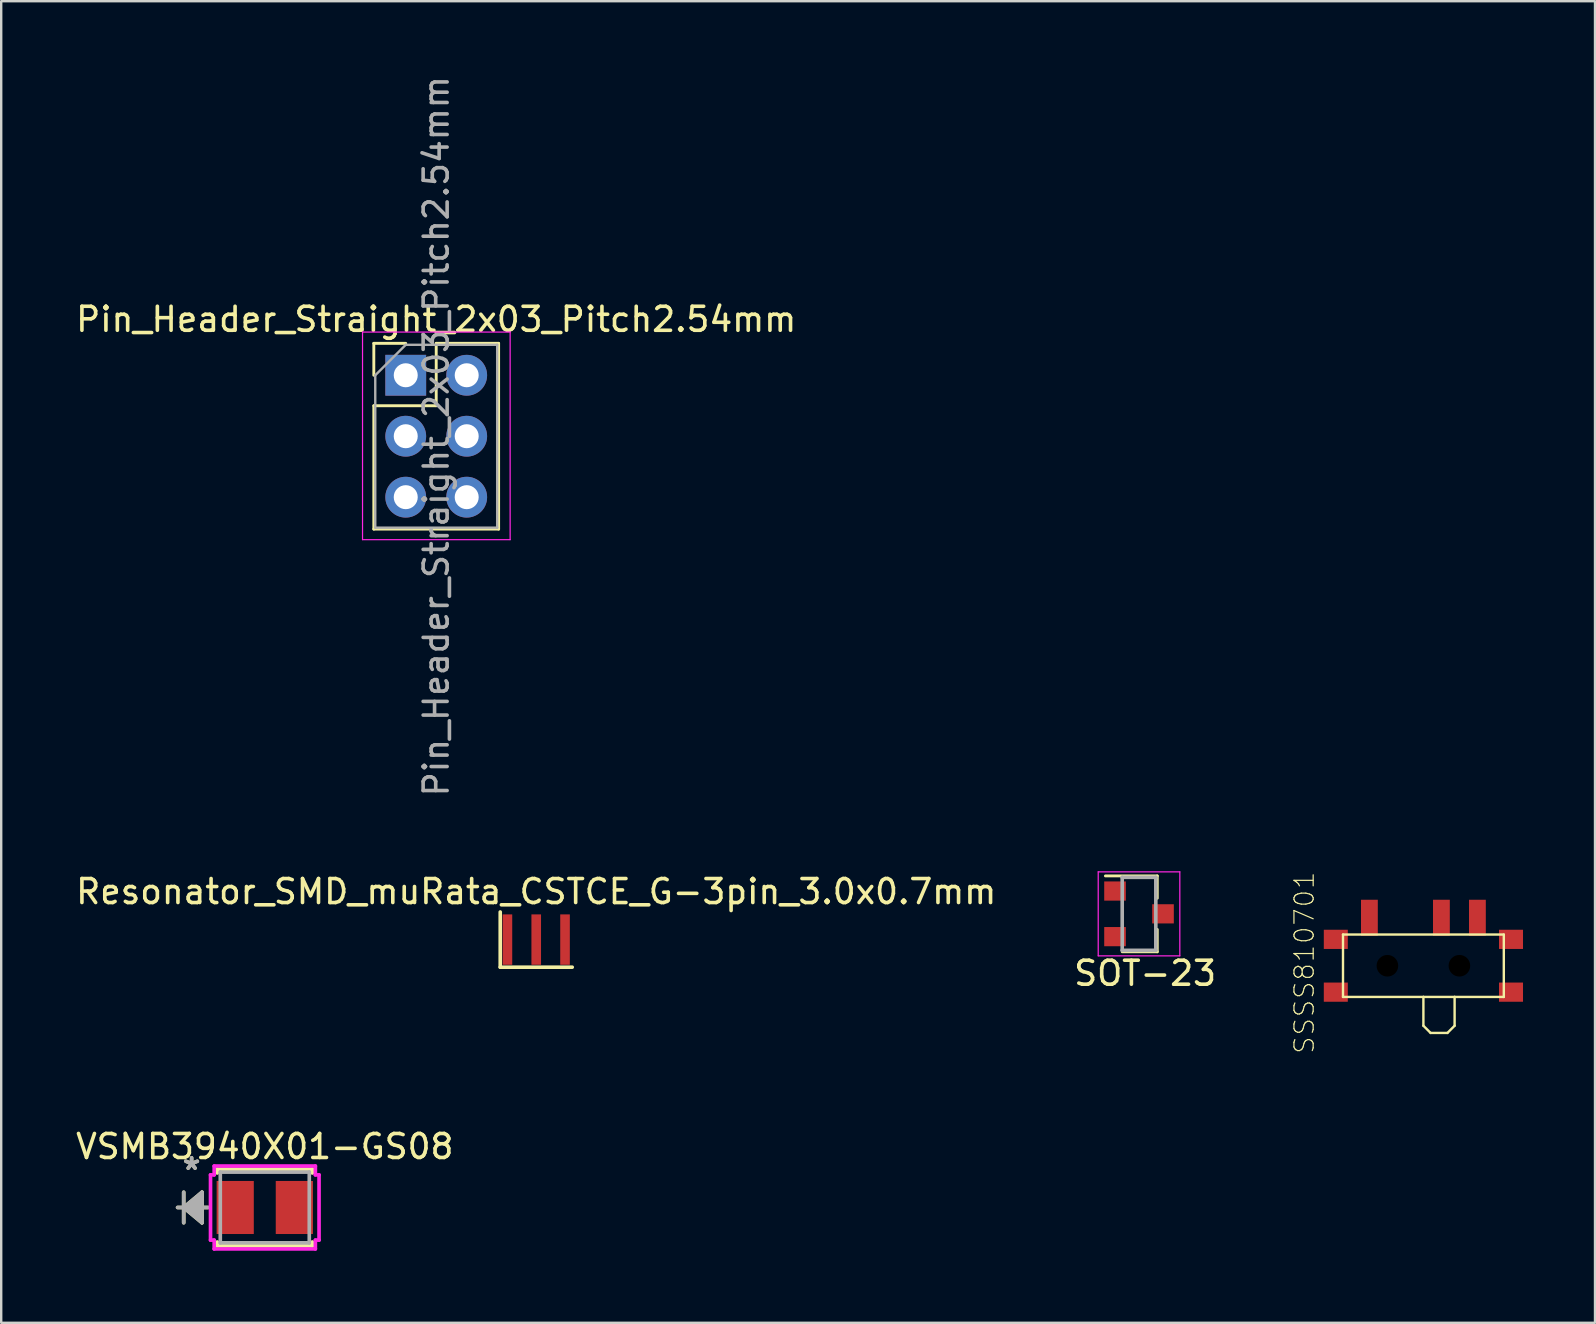
<source format=kicad_pcb>
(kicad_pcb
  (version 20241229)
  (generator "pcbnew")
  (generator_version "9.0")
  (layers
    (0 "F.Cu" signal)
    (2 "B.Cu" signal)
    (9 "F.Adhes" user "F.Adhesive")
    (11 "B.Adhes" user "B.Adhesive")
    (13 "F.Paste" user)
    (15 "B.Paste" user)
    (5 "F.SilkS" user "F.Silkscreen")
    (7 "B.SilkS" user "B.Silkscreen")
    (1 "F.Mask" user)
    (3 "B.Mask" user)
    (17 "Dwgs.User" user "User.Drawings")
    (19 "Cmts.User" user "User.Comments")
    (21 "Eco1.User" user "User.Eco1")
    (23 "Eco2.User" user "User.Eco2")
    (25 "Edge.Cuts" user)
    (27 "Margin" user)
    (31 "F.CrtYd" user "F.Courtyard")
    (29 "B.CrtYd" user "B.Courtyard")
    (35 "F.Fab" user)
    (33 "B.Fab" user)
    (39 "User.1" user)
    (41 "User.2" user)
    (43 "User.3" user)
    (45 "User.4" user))
  (footprint "SSSS810701"
    (layer "F.Cu")
    (at 56.256 37.188)
    (property "Reference" "SSSS810701" (at -4.961 -0.127 90) (layer "F.SilkS") (effects (font (size 0.801 0.801) (thickness 0.05))))
    (attr smd)
    (fp_line (start -3.35 -1.3) (end -3.35 1.3) (stroke (width 0.1) (type solid)) (layer "F.SilkS"))
    (fp_line (start 0 1.3) (end -3.35 1.3) (stroke (width 0.1) (type solid)) (layer "F.SilkS"))
    (fp_line (start 0 1.3) (end 0 2.5) (stroke (width 0.1) (type solid)) (layer "F.SilkS"))
    (fp_line (start 0 1.3) (end 1.3 1.3) (stroke (width 0.1) (type solid)) (layer "F.SilkS"))
    (fp_line (start 0 2.5) (end 0.3 2.8) (stroke (width 0.1) (type solid)) (layer "F.SilkS"))
    (fp_line (start 0.3 2.8) (end 1 2.8) (stroke (width 0.1) (type solid)) (layer "F.SilkS"))
    (fp_line (start 1 2.8) (end 1.3 2.5) (stroke (width 0.1) (type solid)) (layer "F.SilkS"))
    (fp_line (start 1.3 1.3) (end 3.35 1.3) (stroke (width 0.1) (type solid)) (layer "F.SilkS"))
    (fp_line (start 1.3 2.5) (end 1.3 1.3) (stroke (width 0.1) (type solid)) (layer "F.SilkS"))
    (fp_line (start 3.35 -1.3) (end -3.35 -1.3) (stroke (width 0.1) (type solid)) (layer "F.SilkS"))
    (fp_line (start 3.35 1.3) (end 3.35 -1.3) (stroke (width 0.1) (type solid)) (layer "F.SilkS"))
    (pad "" smd rect (at -3.65 -1.1) (size 1 0.8) (layers "F.Cu" "F.Mask" "F.Paste"))
    (pad "" smd rect (at -3.65 1.1) (size 1 0.8) (layers "F.Cu" "F.Mask" "F.Paste"))
    (pad "" np_thru_hole circle (at -1.5 0) (size 0.9 0.9) (drill 0.9) (layers))
    (pad "" np_thru_hole circle (at 1.5 0) (size 0.9 0.9) (drill 0.9) (layers))
    (pad "" smd rect (at 3.65 -1.1) (size 1 0.8) (layers "F.Cu" "F.Mask" "F.Paste"))
    (pad "" smd rect (at 3.65 1.1) (size 1 0.8) (layers "F.Cu" "F.Mask" "F.Paste"))
    (pad "1" smd rect (at -2.25 -2) (size 0.7 1.5) (layers "F.Cu" "F.Mask" "F.Paste"))
    (pad "2" smd rect (at 0.75 -2) (size 0.7 1.5) (layers "F.Cu" "F.Mask" "F.Paste"))
    (pad "3" smd rect (at 2.25 -2) (size 0.7 1.5) (layers "F.Cu" "F.Mask" "F.Paste")))
  (footprint "VSMB3940X01-GS08"
    (layer "F.Cu")
    (at 7.982 47.26)
    (property "Reference" "VSMB3940X01-GS08" (at 0 -2.54 0) (layer "F.SilkS") (effects (font (size 1 1) (thickness 0.15))))
    (attr through_hole)
    (fp_line (start -3.378 -0.635) (end -3.378 0.635) (stroke (width 0.152) (type solid)) (layer "F.SilkS"))
    (fp_line (start -3.378 0) (end -2.616 -0.635) (stroke (width 0.152) (type solid)) (layer "F.SilkS"))
    (fp_line (start -3.378 0) (end -2.616 -0.508) (stroke (width 0.152) (type solid)) (layer "F.SilkS"))
    (fp_line (start -3.378 0) (end -2.616 -0.381) (stroke (width 0.152) (type solid)) (layer "F.SilkS"))
    (fp_line (start -3.378 0) (end -2.616 -0.254) (stroke (width 0.152) (type solid)) (layer "F.SilkS"))
    (fp_line (start -3.378 0) (end -2.616 -0.127) (stroke (width 0.152) (type solid)) (layer "F.SilkS"))
    (fp_line (start -3.378 0) (end -2.616 0.127) (stroke (width 0.152) (type solid)) (layer "F.SilkS"))
    (fp_line (start -3.378 0) (end -2.616 0.254) (stroke (width 0.152) (type solid)) (layer "F.SilkS"))
    (fp_line (start -3.378 0) (end -2.616 0.381) (stroke (width 0.152) (type solid)) (layer "F.SilkS"))
    (fp_line (start -3.378 0) (end -2.616 0.508) (stroke (width 0.152) (type solid)) (layer "F.SilkS"))
    (fp_line (start -3.378 0) (end -2.616 0.635) (stroke (width 0.152) (type solid)) (layer "F.SilkS"))
    (fp_line (start -2.616 -0.635) (end -2.616 0.635) (stroke (width 0.152) (type solid)) (layer "F.SilkS"))
    (fp_line (start -2.362 0) (end -3.632 0) (stroke (width 0.152) (type solid)) (layer "F.SilkS"))
    (fp_line (start -1.981 -1.6) (end -1.981 -1.438) (stroke (width 0.152) (type solid)) (layer "F.SilkS"))
    (fp_line (start -1.981 1.438) (end -1.981 1.6) (stroke (width 0.152) (type solid)) (layer "F.SilkS"))
    (fp_line (start -1.981 1.6) (end 1.981 1.6) (stroke (width 0.152) (type solid)) (layer "F.SilkS"))
    (fp_line (start 1.981 -1.6) (end -1.981 -1.6) (stroke (width 0.152) (type solid)) (layer "F.SilkS"))
    (fp_line (start 1.981 -1.438) (end 1.981 -1.6) (stroke (width 0.152) (type solid)) (layer "F.SilkS"))
    (fp_line (start 1.981 1.6) (end 1.981 1.438) (stroke (width 0.152) (type solid)) (layer "F.SilkS"))
    (fp_line (start -2.261 -1.359) (end -2.108 -1.359) (stroke (width 0.152) (type solid)) (layer "F.CrtYd"))
    (fp_line (start -2.261 1.359) (end -2.261 -1.359) (stroke (width 0.152) (type solid)) (layer "F.CrtYd"))
    (fp_line (start -2.108 -1.727) (end 2.108 -1.727) (stroke (width 0.152) (type solid)) (layer "F.CrtYd"))
    (fp_line (start -2.108 -1.359) (end -2.108 -1.727) (stroke (width 0.152) (type solid)) (layer "F.CrtYd"))
    (fp_line (start -2.108 1.359) (end -2.261 1.359) (stroke (width 0.152) (type solid)) (layer "F.CrtYd"))
    (fp_line (start -2.108 1.727) (end -2.108 1.359) (stroke (width 0.152) (type solid)) (layer "F.CrtYd"))
    (fp_line (start 2.108 -1.727) (end 2.108 -1.359) (stroke (width 0.152) (type solid)) (layer "F.CrtYd"))
    (fp_line (start 2.108 -1.359) (end 2.261 -1.359) (stroke (width 0.152) (type solid)) (layer "F.CrtYd"))
    (fp_line (start 2.108 1.359) (end 2.108 1.727) (stroke (width 0.152) (type solid)) (layer "F.CrtYd"))
    (fp_line (start 2.108 1.727) (end -2.108 1.727) (stroke (width 0.152) (type solid)) (layer "F.CrtYd"))
    (fp_line (start 2.261 -1.359) (end 2.261 1.359) (stroke (width 0.152) (type solid)) (layer "F.CrtYd"))
    (fp_line (start 2.261 1.359) (end 2.108 1.359) (stroke (width 0.152) (type solid)) (layer "F.CrtYd"))
    (fp_line (start -3.378 -0.635) (end -3.378 0.635) (stroke (width 0.152) (type solid)) (layer "F.Fab"))
    (fp_line (start -3.378 0) (end -2.616 -0.635) (stroke (width 0.152) (type solid)) (layer "F.Fab"))
    (fp_line (start -3.378 0) (end -2.616 -0.508) (stroke (width 0.152) (type solid)) (layer "F.Fab"))
    (fp_line (start -3.378 0) (end -2.616 -0.381) (stroke (width 0.152) (type solid)) (layer "F.Fab"))
    (fp_line (start -3.378 0) (end -2.616 -0.254) (stroke (width 0.152) (type solid)) (layer "F.Fab"))
    (fp_line (start -3.378 0) (end -2.616 -0.127) (stroke (width 0.152) (type solid)) (layer "F.Fab"))
    (fp_line (start -3.378 0) (end -2.616 0.127) (stroke (width 0.152) (type solid)) (layer "F.Fab"))
    (fp_line (start -3.378 0) (end -2.616 0.254) (stroke (width 0.152) (type solid)) (layer "F.Fab"))
    (fp_line (start -3.378 0) (end -2.616 0.381) (stroke (width 0.152) (type solid)) (layer "F.Fab"))
    (fp_line (start -3.378 0) (end -2.616 0.508) (stroke (width 0.152) (type solid)) (layer "F.Fab"))
    (fp_line (start -3.378 0) (end -2.616 0.635) (stroke (width 0.152) (type solid)) (layer "F.Fab"))
    (fp_line (start -2.616 -0.635) (end -2.616 0.635) (stroke (width 0.152) (type solid)) (layer "F.Fab"))
    (fp_line (start -2.362 0) (end -3.632 0) (stroke (width 0.152) (type solid)) (layer "F.Fab"))
    (fp_line (start -1.854 -1.473) (end -1.854 1.473) (stroke (width 0.152) (type solid)) (layer "F.Fab"))
    (fp_line (start -1.854 1.473) (end 1.854 1.473) (stroke (width 0.152) (type solid)) (layer "F.Fab"))
    (fp_line (start 1.854 -1.473) (end -1.854 -1.473) (stroke (width 0.152) (type solid)) (layer "F.Fab"))
    (fp_line (start 1.854 1.473) (end 1.854 -1.473) (stroke (width 0.152) (type solid)) (layer "F.Fab"))
    (fp_text user "*" (at -3.048 -1.524 0) (layer "F.SilkS") (effects (font (size 1 1) (thickness 0.15))))
    (fp_text user "Copyright 2016 Accelerated Designs. All rights reserved." (at 0 0 0) (layer "Cmts.User") (effects (font (size 0.127 0.127) (thickness 0.002))))
    (fp_text user "*" (at -3.048 -1.524 0) (layer "F.Fab") (effects (font (size 1 1) (thickness 0.15))))
    (pad "1" smd rect (at -1.232 0 90) (size 2.21 1.549) (layers "F.Cu" "F.Mask" "F.Paste"))
    (pad "2" smd rect (at 1.232 0 90) (size 2.21 1.549) (layers "F.Cu" "F.Mask" "F.Paste")))
  (footprint "Resonator_SMD_muRata_CSTCE_G-3pin_3.0x0.7mm"
    (layer "F.Cu")
    (at 19.292 36.098)
    (property "Reference" "Resonator_SMD_muRata_CSTCE_G-3pin_3.0x0.7mm" (at 0 -2 0) (layer "F.SilkS") (effects (font (size 1 1) (thickness 0.15))))
    (attr through_hole)
    (fp_line (start -1.5 -1.15) (end -1.5 1.15) (stroke (width 0.15) (type solid)) (layer "F.SilkS"))
    (fp_line (start -1.5 1.15) (end 1.5 1.15) (stroke (width 0.15) (type solid)) (layer "F.SilkS"))
    (pad "1" smd rect (at 1.2 0) (size 0.4 2.1) (layers "F.Cu" "F.Mask" "F.Paste"))
    (pad "2" smd rect (at 0 0) (size 0.4 2.1) (layers "F.Cu" "F.Mask" "F.Paste"))
    (pad "3" smd rect (at -1.2 0) (size 0.4 2.1) (layers "F.Cu" "F.Mask" "F.Paste")))
  (footprint "Pin_Header_Straight_2x03_Pitch2.54mm"
    (layer "F.Cu")
    (at 13.855 12.585)
    (property "Reference" "Pin_Header_Straight_2x03_Pitch2.54mm" (at 1.27 -2.33 0) (layer "F.SilkS") (effects (font (size 1 1) (thickness 0.15))))
    (attr through_hole)
    (fp_line (start -1.33 -1.33) (end 0 -1.33) (stroke (width 0.12) (type solid)) (layer "F.SilkS"))
    (fp_line (start -1.33 0) (end -1.33 -1.33) (stroke (width 0.12) (type solid)) (layer "F.SilkS"))
    (fp_line (start -1.33 1.27) (end -1.33 6.41) (stroke (width 0.12) (type solid)) (layer "F.SilkS"))
    (fp_line (start -1.33 1.27) (end 1.27 1.27) (stroke (width 0.12) (type solid)) (layer "F.SilkS"))
    (fp_line (start -1.33 6.41) (end 3.87 6.41) (stroke (width 0.12) (type solid)) (layer "F.SilkS"))
    (fp_line (start 1.27 -1.33) (end 3.87 -1.33) (stroke (width 0.12) (type solid)) (layer "F.SilkS"))
    (fp_line (start 1.27 1.27) (end 1.27 -1.33) (stroke (width 0.12) (type solid)) (layer "F.SilkS"))
    (fp_line (start 3.87 -1.33) (end 3.87 6.41) (stroke (width 0.12) (type solid)) (layer "F.SilkS"))
    (fp_line (start -1.8 -1.8) (end -1.8 6.85) (stroke (width 0.05) (type solid)) (layer "F.CrtYd"))
    (fp_line (start -1.8 6.85) (end 4.35 6.85) (stroke (width 0.05) (type solid)) (layer "F.CrtYd"))
    (fp_line (start 4.35 -1.8) (end -1.8 -1.8) (stroke (width 0.05) (type solid)) (layer "F.CrtYd"))
    (fp_line (start 4.35 6.85) (end 4.35 -1.8) (stroke (width 0.05) (type solid)) (layer "F.CrtYd"))
    (fp_line (start -1.27 0) (end 0 -1.27) (stroke (width 0.1) (type solid)) (layer "F.Fab"))
    (fp_line (start -1.27 6.35) (end -1.27 0) (stroke (width 0.1) (type solid)) (layer "F.Fab"))
    (fp_line (start 0 -1.27) (end 3.81 -1.27) (stroke (width 0.1) (type solid)) (layer "F.Fab"))
    (fp_line (start 3.81 -1.27) (end 3.81 6.35) (stroke (width 0.1) (type solid)) (layer "F.Fab"))
    (fp_line (start 3.81 6.35) (end -1.27 6.35) (stroke (width 0.1) (type solid)) (layer "F.Fab"))
    (fp_text user "${REFERENCE}" (at 1.27 2.54 90) (layer "F.Fab") (effects (font (size 1 1) (thickness 0.15))))
    (pad "1" thru_hole rect (at 0 0) (size 1.7 1.7) (drill 1) (layers "*.Cu" "*.Mask"))
    (pad "2" thru_hole oval (at 2.54 0) (size 1.7 1.7) (drill 1) (layers "*.Cu" "*.Mask"))
    (pad "3" thru_hole oval (at 0 2.54) (size 1.7 1.7) (drill 1) (layers "*.Cu" "*.Mask"))
    (pad "4" thru_hole oval (at 2.54 2.54) (size 1.7 1.7) (drill 1) (layers "*.Cu" "*.Mask"))
    (pad "5" thru_hole oval (at 0 5.08) (size 1.7 1.7) (drill 1) (layers "*.Cu" "*.Mask"))
    (pad "6" thru_hole oval (at 2.54 5.08) (size 1.7 1.7) (drill 1) (layers "*.Cu" "*.Mask")))
  (footprint "SOT-23"
    (layer "F.Cu")
    (at 44.407 35.025)
    (property "Reference" "SOT-23" (at 0.254 2.477 0) (layer "F.SilkS") (effects (font (size 1 1) (thickness 0.15))))
    (attr smd)
    (fp_line (start 0.76 -1.58) (end -1.4 -1.58) (stroke (width 0.12) (type solid)) (layer "F.SilkS"))
    (fp_line (start 0.76 -1.58) (end 0.76 -0.65) (stroke (width 0.12) (type solid)) (layer "F.SilkS"))
    (fp_line (start 0.76 1.58) (end -0.7 1.58) (stroke (width 0.12) (type solid)) (layer "F.SilkS"))
    (fp_line (start 0.76 1.58) (end 0.76 0.65) (stroke (width 0.12) (type solid)) (layer "F.SilkS"))
    (fp_line (start -1.7 -1.75) (end 1.7 -1.75) (stroke (width 0.05) (type solid)) (layer "F.CrtYd"))
    (fp_line (start -1.7 1.75) (end -1.7 -1.75) (stroke (width 0.05) (type solid)) (layer "F.CrtYd"))
    (fp_line (start 1.7 -1.75) (end 1.7 1.75) (stroke (width 0.05) (type solid)) (layer "F.CrtYd"))
    (fp_line (start 1.7 1.75) (end -1.7 1.75) (stroke (width 0.05) (type solid)) (layer "F.CrtYd"))
    (fp_line (start -0.7 -1.52) (end -0.7 1.52) (stroke (width 0.15) (type solid)) (layer "F.Fab"))
    (fp_line (start -0.7 -1.52) (end 0.7 -1.52) (stroke (width 0.15) (type solid)) (layer "F.Fab"))
    (fp_line (start -0.7 1.52) (end 0.7 1.52) (stroke (width 0.15) (type solid)) (layer "F.Fab"))
    (fp_line (start 0.7 -1.52) (end 0.7 1.52) (stroke (width 0.15) (type solid)) (layer "F.Fab"))
    (pad "1" smd rect (at -1 -0.95) (size 0.9 0.8) (layers "F.Cu" "F.Mask" "F.Paste"))
    (pad "2" smd rect (at -1 0.95) (size 0.9 0.8) (layers "F.Cu" "F.Mask" "F.Paste"))
    (pad "3" smd rect (at 1 0) (size 0.9 0.8) (layers "F.Cu" "F.Mask" "F.Paste")))
  (gr_rect
    (start -3 -3)
    (end 63.406 52.063)
    (stroke (width 0.1) (type default))
    (fill no)
    (layer "Edge.Cuts")))
</source>
